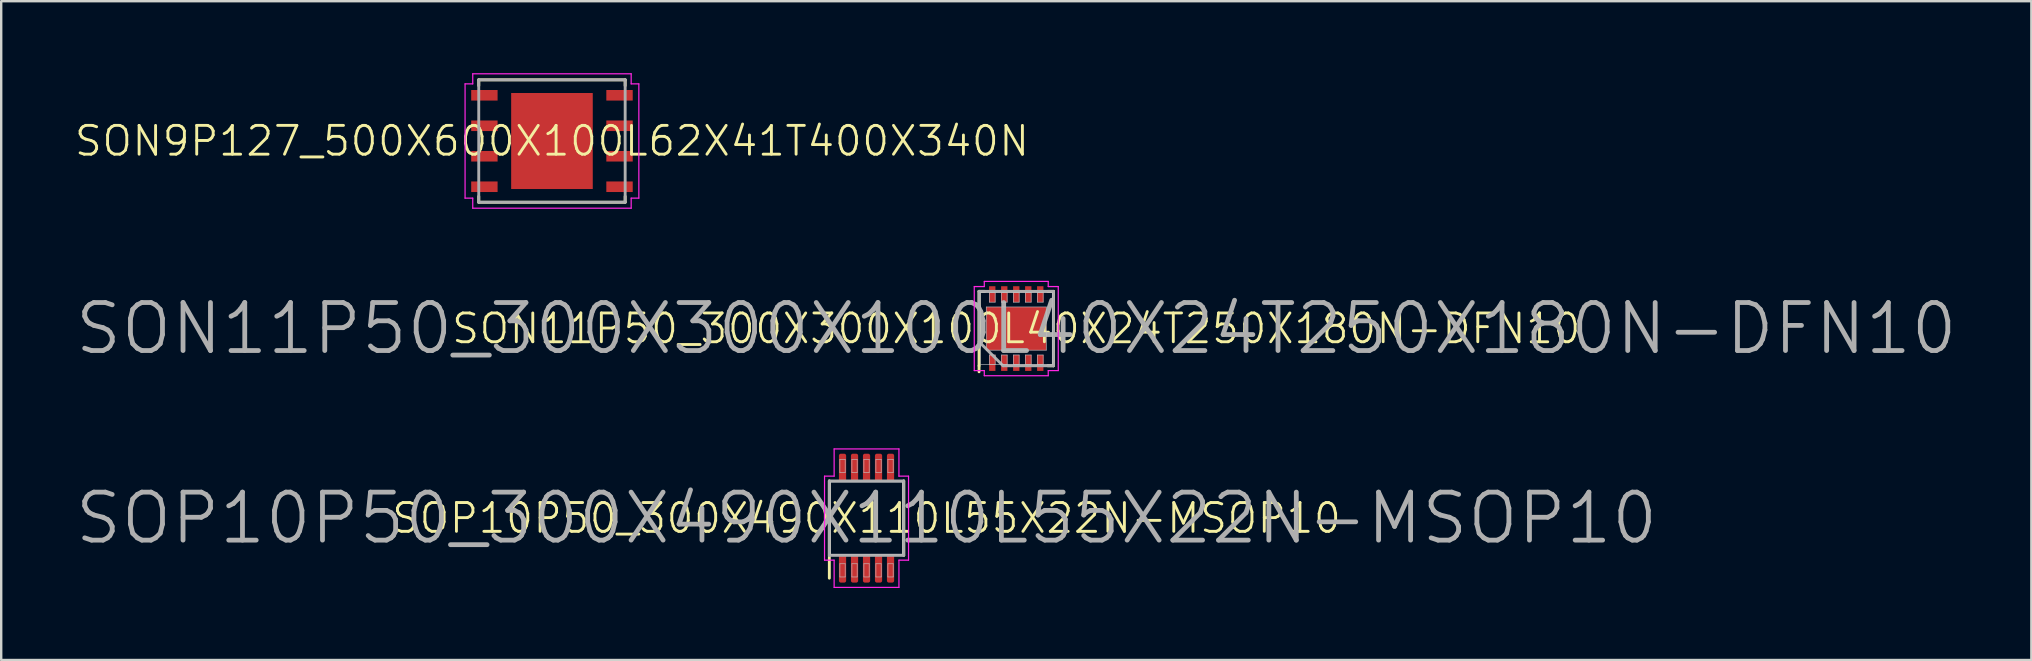
<source format=kicad_pcb>
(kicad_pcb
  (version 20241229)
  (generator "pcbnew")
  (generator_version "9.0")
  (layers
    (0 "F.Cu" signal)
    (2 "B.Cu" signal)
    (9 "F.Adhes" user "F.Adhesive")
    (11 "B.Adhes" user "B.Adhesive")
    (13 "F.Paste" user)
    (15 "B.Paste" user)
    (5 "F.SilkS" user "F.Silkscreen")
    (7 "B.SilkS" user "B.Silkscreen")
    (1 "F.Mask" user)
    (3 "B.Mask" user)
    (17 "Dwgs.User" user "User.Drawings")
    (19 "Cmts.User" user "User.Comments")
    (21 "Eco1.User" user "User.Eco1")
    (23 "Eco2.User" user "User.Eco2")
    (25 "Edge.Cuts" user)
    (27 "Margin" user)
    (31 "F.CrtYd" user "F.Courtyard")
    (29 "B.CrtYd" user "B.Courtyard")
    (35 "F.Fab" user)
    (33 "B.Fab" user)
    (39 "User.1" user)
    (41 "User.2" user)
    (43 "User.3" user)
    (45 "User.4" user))
  (footprint "SON9P127_500X600X100L62X41T400X340N"
    (layer "F.Cu")
    (at 19.946 2.825)
    (property "Reference" "SON9P127_500X600X100L62X41T400X340N" (at 0 0 0) (layer "F.SilkS") (effects (font (size 1.2 1.2) (thickness 0.12))))
    (attr smd)
    (fp_line (start -3.05 -2.55) (end 3.05 -2.55) (stroke (width 0.12) (type solid)) (layer "F.SilkS"))
    (fp_line (start -3.05 -2.305) (end -3.05 -2.55) (stroke (width 0.12) (type solid)) (layer "F.SilkS"))
    (fp_line (start -3.05 2.305) (end -3.05 2.55) (stroke (width 0.12) (type solid)) (layer "F.SilkS"))
    (fp_line (start -3.05 2.55) (end 3.05 2.55) (stroke (width 0.12) (type solid)) (layer "F.SilkS"))
    (fp_line (start 3.05 -2.55) (end 3.05 -2.305) (stroke (width 0.12) (type solid)) (layer "F.SilkS"))
    (fp_line (start 3.05 2.55) (end 3.05 2.305) (stroke (width 0.12) (type solid)) (layer "F.SilkS"))
    (fp_line (start -3.62 -2.38) (end -3.62 2.38) (stroke (width 0.05) (type solid)) (layer "F.CrtYd"))
    (fp_line (start -3.62 2.38) (end -3.3 2.38) (stroke (width 0.05) (type solid)) (layer "F.CrtYd"))
    (fp_line (start -3.3 -2.8) (end -3.3 -2.38) (stroke (width 0.05) (type solid)) (layer "F.CrtYd"))
    (fp_line (start -3.3 -2.38) (end -3.62 -2.38) (stroke (width 0.05) (type solid)) (layer "F.CrtYd"))
    (fp_line (start -3.3 2.38) (end -3.3 2.8) (stroke (width 0.05) (type solid)) (layer "F.CrtYd"))
    (fp_line (start -3.3 2.8) (end 3.3 2.8) (stroke (width 0.05) (type solid)) (layer "F.CrtYd"))
    (fp_line (start 3.3 -2.8) (end -3.3 -2.8) (stroke (width 0.05) (type solid)) (layer "F.CrtYd"))
    (fp_line (start 3.3 -2.38) (end 3.3 -2.8) (stroke (width 0.05) (type solid)) (layer "F.CrtYd"))
    (fp_line (start 3.3 2.38) (end 3.62 2.38) (stroke (width 0.05) (type solid)) (layer "F.CrtYd"))
    (fp_line (start 3.3 2.8) (end 3.3 2.38) (stroke (width 0.05) (type solid)) (layer "F.CrtYd"))
    (fp_line (start 3.62 -2.38) (end 3.3 -2.38) (stroke (width 0.05) (type solid)) (layer "F.CrtYd"))
    (fp_line (start 3.62 2.38) (end 3.62 -2.38) (stroke (width 0.05) (type solid)) (layer "F.CrtYd"))
    (fp_line (start -3.05 -2.55) (end 3.05 -2.55) (stroke (width 0.12) (type solid)) (layer "F.Fab"))
    (fp_line (start -3.05 2.55) (end -3.05 -2.55) (stroke (width 0.12) (type solid)) (layer "F.Fab"))
    (fp_line (start 3.05 -2.55) (end 3.05 2.55) (stroke (width 0.12) (type solid)) (layer "F.Fab"))
    (fp_line (start 3.05 2.55) (end -3.05 2.55) (stroke (width 0.12) (type solid)) (layer "F.Fab"))
    (pad "1" smd rect (at -2.815 -1.905) (size 1.1 0.44) (layers "F.Cu" "F.Mask" "F.Paste"))
    (pad "2" smd rect (at -2.815 -0.635) (size 1.1 0.44) (layers "F.Cu" "F.Mask" "F.Paste"))
    (pad "3" smd rect (at -2.815 0.635) (size 1.1 0.44) (layers "F.Cu" "F.Mask" "F.Paste"))
    (pad "4" smd rect (at -2.815 1.905) (size 1.1 0.44) (layers "F.Cu" "F.Mask" "F.Paste"))
    (pad "5" smd rect (at 2.815 1.905) (size 1.1 0.44) (layers "F.Cu" "F.Mask" "F.Paste"))
    (pad "6" smd rect (at 2.815 0.635) (size 1.1 0.44) (layers "F.Cu" "F.Mask" "F.Paste"))
    (pad "7" smd rect (at 2.815 -0.635) (size 1.1 0.44) (layers "F.Cu" "F.Mask" "F.Paste"))
    (pad "8" smd rect (at 2.815 -1.905) (size 1.1 0.44) (layers "F.Cu" "F.Mask" "F.Paste"))
    (pad "9" smd rect (at 0 0) (size 3.4 4) (layers "F.Cu" "F.Mask")))
  (footprint "SOP10P50_300X490X110L55X22N-MSOP10"
    (layer "F.Cu")
    (at 33.052 18.538)
    (property "Reference" "SOP10P50_300X490X110L55X22N-MSOP10" (at 0 0 0) (layer "F.SilkS") (effects (font (size 1.2 1.2) (thickness 0.12))))
    (attr smd)
    (fp_line (start -1.55 2.5) (end -1.55 -1.55) (stroke (width 0.12) (type solid)) (layer "F.SilkS"))
    (fp_line (start 1.55 1.55) (end 1.55 -1.55) (stroke (width 0.12) (type solid)) (layer "F.SilkS"))
    (fp_line (start -1.5 -1.5) (end 1.5 -1.5) (stroke (width 0.025) (type solid)) (layer "Dwgs.User"))
    (fp_line (start -1.5 1.5) (end -1.5 -1.5) (stroke (width 0.025) (type solid)) (layer "Dwgs.User"))
    (fp_line (start -1.11 -2.45) (end -0.89 -2.45) (stroke (width 0.025) (type solid)) (layer "Dwgs.User"))
    (fp_line (start -1.11 -1.9) (end -1.11 -2.45) (stroke (width 0.025) (type solid)) (layer "Dwgs.User"))
    (fp_line (start -1.11 1.9) (end -0.89 1.9) (stroke (width 0.025) (type solid)) (layer "Dwgs.User"))
    (fp_line (start -1.11 2.45) (end -1.11 1.9) (stroke (width 0.025) (type solid)) (layer "Dwgs.User"))
    (fp_line (start -0.89 -2.45) (end -0.89 -1.9) (stroke (width 0.025) (type solid)) (layer "Dwgs.User"))
    (fp_line (start -0.89 -1.9) (end -1.11 -1.9) (stroke (width 0.025) (type solid)) (layer "Dwgs.User"))
    (fp_line (start -0.89 1.9) (end -0.89 2.45) (stroke (width 0.025) (type solid)) (layer "Dwgs.User"))
    (fp_line (start -0.89 2.45) (end -1.11 2.45) (stroke (width 0.025) (type solid)) (layer "Dwgs.User"))
    (fp_line (start -0.61 -2.45) (end -0.39 -2.45) (stroke (width 0.025) (type solid)) (layer "Dwgs.User"))
    (fp_line (start -0.61 -1.9) (end -0.61 -2.45) (stroke (width 0.025) (type solid)) (layer "Dwgs.User"))
    (fp_line (start -0.61 1.9) (end -0.39 1.9) (stroke (width 0.025) (type solid)) (layer "Dwgs.User"))
    (fp_line (start -0.61 2.45) (end -0.61 1.9) (stroke (width 0.025) (type solid)) (layer "Dwgs.User"))
    (fp_line (start -0.39 -2.45) (end -0.39 -1.9) (stroke (width 0.025) (type solid)) (layer "Dwgs.User"))
    (fp_line (start -0.39 -1.9) (end -0.61 -1.9) (stroke (width 0.025) (type solid)) (layer "Dwgs.User"))
    (fp_line (start -0.39 1.9) (end -0.39 2.45) (stroke (width 0.025) (type solid)) (layer "Dwgs.User"))
    (fp_line (start -0.39 2.45) (end -0.61 2.45) (stroke (width 0.025) (type solid)) (layer "Dwgs.User"))
    (fp_line (start -0.11 -2.45) (end 0.11 -2.45) (stroke (width 0.025) (type solid)) (layer "Dwgs.User"))
    (fp_line (start -0.11 -1.9) (end -0.11 -2.45) (stroke (width 0.025) (type solid)) (layer "Dwgs.User"))
    (fp_line (start -0.11 1.9) (end 0.11 1.9) (stroke (width 0.025) (type solid)) (layer "Dwgs.User"))
    (fp_line (start -0.11 2.45) (end -0.11 1.9) (stroke (width 0.025) (type solid)) (layer "Dwgs.User"))
    (fp_line (start 0.11 -2.45) (end 0.11 -1.9) (stroke (width 0.025) (type solid)) (layer "Dwgs.User"))
    (fp_line (start 0.11 -1.9) (end -0.11 -1.9) (stroke (width 0.025) (type solid)) (layer "Dwgs.User"))
    (fp_line (start 0.11 1.9) (end 0.11 2.45) (stroke (width 0.025) (type solid)) (layer "Dwgs.User"))
    (fp_line (start 0.11 2.45) (end -0.11 2.45) (stroke (width 0.025) (type solid)) (layer "Dwgs.User"))
    (fp_line (start 0.39 -2.45) (end 0.61 -2.45) (stroke (width 0.025) (type solid)) (layer "Dwgs.User"))
    (fp_line (start 0.39 -1.9) (end 0.39 -2.45) (stroke (width 0.025) (type solid)) (layer "Dwgs.User"))
    (fp_line (start 0.39 1.9) (end 0.61 1.9) (stroke (width 0.025) (type solid)) (layer "Dwgs.User"))
    (fp_line (start 0.39 2.45) (end 0.39 1.9) (stroke (width 0.025) (type solid)) (layer "Dwgs.User"))
    (fp_line (start 0.61 -2.45) (end 0.61 -1.9) (stroke (width 0.025) (type solid)) (layer "Dwgs.User"))
    (fp_line (start 0.61 -1.9) (end 0.39 -1.9) (stroke (width 0.025) (type solid)) (layer "Dwgs.User"))
    (fp_line (start 0.61 1.9) (end 0.61 2.45) (stroke (width 0.025) (type solid)) (layer "Dwgs.User"))
    (fp_line (start 0.61 2.45) (end 0.39 2.45) (stroke (width 0.025) (type solid)) (layer "Dwgs.User"))
    (fp_line (start 0.89 -2.45) (end 1.11 -2.45) (stroke (width 0.025) (type solid)) (layer "Dwgs.User"))
    (fp_line (start 0.89 -1.9) (end 0.89 -2.45) (stroke (width 0.025) (type solid)) (layer "Dwgs.User"))
    (fp_line (start 0.89 1.9) (end 1.11 1.9) (stroke (width 0.025) (type solid)) (layer "Dwgs.User"))
    (fp_line (start 0.89 2.45) (end 0.89 1.9) (stroke (width 0.025) (type solid)) (layer "Dwgs.User"))
    (fp_line (start 1.11 -2.45) (end 1.11 -1.9) (stroke (width 0.025) (type solid)) (layer "Dwgs.User"))
    (fp_line (start 1.11 -1.9) (end 0.89 -1.9) (stroke (width 0.025) (type solid)) (layer "Dwgs.User"))
    (fp_line (start 1.11 1.9) (end 1.11 2.45) (stroke (width 0.025) (type solid)) (layer "Dwgs.User"))
    (fp_line (start 1.11 2.45) (end 0.89 2.45) (stroke (width 0.025) (type solid)) (layer "Dwgs.User"))
    (fp_line (start 1.5 -1.5) (end 1.5 1.5) (stroke (width 0.025) (type solid)) (layer "Dwgs.User"))
    (fp_line (start 1.5 1.5) (end -1.5 1.5) (stroke (width 0.025) (type solid)) (layer "Dwgs.User"))
    (fp_line (start -1.75 -1.75) (end -1.75 1.75) (stroke (width 0.05) (type solid)) (layer "F.CrtYd"))
    (fp_line (start -1.75 1.75) (end -1.35 1.75) (stroke (width 0.05) (type solid)) (layer "F.CrtYd"))
    (fp_line (start -1.35 -2.885) (end -1.35 -1.75) (stroke (width 0.05) (type solid)) (layer "F.CrtYd"))
    (fp_line (start -1.35 -1.75) (end -1.75 -1.75) (stroke (width 0.05) (type solid)) (layer "F.CrtYd"))
    (fp_line (start -1.35 1.75) (end -1.35 2.885) (stroke (width 0.05) (type solid)) (layer "F.CrtYd"))
    (fp_line (start -1.35 2.885) (end 1.35 2.885) (stroke (width 0.05) (type solid)) (layer "F.CrtYd"))
    (fp_line (start 1.35 -2.885) (end -1.35 -2.885) (stroke (width 0.05) (type solid)) (layer "F.CrtYd"))
    (fp_line (start 1.35 -1.75) (end 1.35 -2.885) (stroke (width 0.05) (type solid)) (layer "F.CrtYd"))
    (fp_line (start 1.35 1.75) (end 1.75 1.75) (stroke (width 0.05) (type solid)) (layer "F.CrtYd"))
    (fp_line (start 1.35 2.885) (end 1.35 1.75) (stroke (width 0.05) (type solid)) (layer "F.CrtYd"))
    (fp_line (start 1.75 -1.75) (end 1.35 -1.75) (stroke (width 0.05) (type solid)) (layer "F.CrtYd"))
    (fp_line (start 1.75 1.75) (end 1.75 -1.75) (stroke (width 0.05) (type solid)) (layer "F.CrtYd"))
    (fp_line (start -1.55 -1.55) (end 1.55 -1.55) (stroke (width 0.12) (type solid)) (layer "F.Fab"))
    (fp_line (start -1.55 1.55) (end -1.55 -1.55) (stroke (width 0.12) (type solid)) (layer "F.Fab"))
    (fp_line (start 1.55 -1.55) (end 1.55 1.55) (stroke (width 0.12) (type solid)) (layer "F.Fab"))
    (fp_line (start 1.55 1.55) (end -1.55 1.55) (stroke (width 0.12) (type solid)) (layer "F.Fab"))
    (fp_text user "${REFERENCE}" (at 0 0 0) (layer "F.Fab") (effects (font (size 2 2) (thickness 0.2))))
    (pad "1" smd roundrect (at -1 2.1 90) (size 1.17 0.3) (layers "F.Cu" "F.Mask" "F.Paste") (roundrect_rratio 0.267))
    (pad "2" smd roundrect (at -0.5 2.1 90) (size 1.17 0.3) (layers "F.Cu" "F.Mask" "F.Paste") (roundrect_rratio 0.267))
    (pad "3" smd roundrect (at 0 2.1 90) (size 1.17 0.3) (layers "F.Cu" "F.Mask" "F.Paste") (roundrect_rratio 0.267))
    (pad "4" smd roundrect (at 0.5 2.1 90) (size 1.17 0.3) (layers "F.Cu" "F.Mask" "F.Paste") (roundrect_rratio 0.267))
    (pad "5" smd roundrect (at 1 2.1 90) (size 1.17 0.3) (layers "F.Cu" "F.Mask" "F.Paste") (roundrect_rratio 0.267))
    (pad "6" smd roundrect (at 1 -2.1 90) (size 1.17 0.3) (layers "F.Cu" "F.Mask" "F.Paste") (roundrect_rratio 0.267))
    (pad "7" smd roundrect (at 0.5 -2.1 90) (size 1.17 0.3) (layers "F.Cu" "F.Mask" "F.Paste") (roundrect_rratio 0.267))
    (pad "8" smd roundrect (at 0 -2.1 90) (size 1.17 0.3) (layers "F.Cu" "F.Mask" "F.Paste") (roundrect_rratio 0.267))
    (pad "9" smd roundrect (at -0.5 -2.1 90) (size 1.17 0.3) (layers "F.Cu" "F.Mask" "F.Paste") (roundrect_rratio 0.267))
    (pad "10" smd roundrect (at -1 -2.1 90) (size 1.17 0.3) (layers "F.Cu" "F.Mask" "F.Paste") (roundrect_rratio 0.267)))
  (footprint "SON11P50_300X300X100L40X24T250X180N-DFN10"
    (layer "F.Cu")
    (at 39.29 10.639)
    (property "Reference" "SON11P50_300X300X100L40X24T250X180N-DFN10" (at 0 0 0) (layer "F.SilkS") (effects (font (size 1.2 1.2) (thickness 0.12))))
    (attr smd)
    (fp_line (start -1.55 -1.55) (end -1.312 -1.55) (stroke (width 0.12) (type solid)) (layer "F.SilkS"))
    (fp_line (start -1.55 1.55) (end -1.55 -1.55) (stroke (width 0.12) (type solid)) (layer "F.SilkS"))
    (fp_line (start -1.55 1.8) (end -1.55 1.55) (stroke (width 0.12) (type solid)) (layer "F.SilkS"))
    (fp_line (start 1.312 1.55) (end 1.55 1.55) (stroke (width 0.12) (type solid)) (layer "F.SilkS"))
    (fp_line (start 1.55 -1.55) (end 1.312 -1.55) (stroke (width 0.12) (type solid)) (layer "F.SilkS"))
    (fp_line (start 1.55 1.55) (end 1.55 -1.55) (stroke (width 0.12) (type solid)) (layer "F.SilkS"))
    (fp_line (start -1.5 -1.5) (end 1.5 -1.5) (stroke (width 0.025) (type solid)) (layer "Dwgs.User"))
    (fp_line (start -1.5 1.5) (end -1.5 -1.5) (stroke (width 0.025) (type solid)) (layer "Dwgs.User"))
    (fp_line (start -1.25 -0.9) (end 1.25 -0.9) (stroke (width 0.025) (type solid)) (layer "Dwgs.User"))
    (fp_line (start -1.25 0.9) (end -1.25 -0.9) (stroke (width 0.025) (type solid)) (layer "Dwgs.User"))
    (fp_line (start -1.12 -1.5) (end -0.88 -1.5) (stroke (width 0.025) (type solid)) (layer "Dwgs.User"))
    (fp_line (start -1.12 -1.1) (end -1.12 -1.5) (stroke (width 0.025) (type solid)) (layer "Dwgs.User"))
    (fp_line (start -1.12 1.1) (end -0.88 1.1) (stroke (width 0.025) (type solid)) (layer "Dwgs.User"))
    (fp_line (start -1.12 1.5) (end -1.12 1.1) (stroke (width 0.025) (type solid)) (layer "Dwgs.User"))
    (fp_line (start -0.88 -1.5) (end -0.88 -1.1) (stroke (width 0.025) (type solid)) (layer "Dwgs.User"))
    (fp_line (start -0.88 -1.1) (end -1.12 -1.1) (stroke (width 0.025) (type solid)) (layer "Dwgs.User"))
    (fp_line (start -0.88 1.1) (end -0.88 1.5) (stroke (width 0.025) (type solid)) (layer "Dwgs.User"))
    (fp_line (start -0.88 1.5) (end -1.12 1.5) (stroke (width 0.025) (type solid)) (layer "Dwgs.User"))
    (fp_line (start -0.62 -1.5) (end -0.38 -1.5) (stroke (width 0.025) (type solid)) (layer "Dwgs.User"))
    (fp_line (start -0.62 -1.1) (end -0.62 -1.5) (stroke (width 0.025) (type solid)) (layer "Dwgs.User"))
    (fp_line (start -0.62 1.1) (end -0.38 1.1) (stroke (width 0.025) (type solid)) (layer "Dwgs.User"))
    (fp_line (start -0.62 1.5) (end -0.62 1.1) (stroke (width 0.025) (type solid)) (layer "Dwgs.User"))
    (fp_line (start -0.38 -1.5) (end -0.38 -1.1) (stroke (width 0.025) (type solid)) (layer "Dwgs.User"))
    (fp_line (start -0.38 -1.1) (end -0.62 -1.1) (stroke (width 0.025) (type solid)) (layer "Dwgs.User"))
    (fp_line (start -0.38 1.1) (end -0.38 1.5) (stroke (width 0.025) (type solid)) (layer "Dwgs.User"))
    (fp_line (start -0.38 1.5) (end -0.62 1.5) (stroke (width 0.025) (type solid)) (layer "Dwgs.User"))
    (fp_line (start -0.12 -1.5) (end 0.12 -1.5) (stroke (width 0.025) (type solid)) (layer "Dwgs.User"))
    (fp_line (start -0.12 -1.1) (end -0.12 -1.5) (stroke (width 0.025) (type solid)) (layer "Dwgs.User"))
    (fp_line (start -0.12 1.1) (end 0.12 1.1) (stroke (width 0.025) (type solid)) (layer "Dwgs.User"))
    (fp_line (start -0.12 1.5) (end -0.12 1.1) (stroke (width 0.025) (type solid)) (layer "Dwgs.User"))
    (fp_line (start 0.12 -1.5) (end 0.12 -1.1) (stroke (width 0.025) (type solid)) (layer "Dwgs.User"))
    (fp_line (start 0.12 -1.1) (end -0.12 -1.1) (stroke (width 0.025) (type solid)) (layer "Dwgs.User"))
    (fp_line (start 0.12 1.1) (end 0.12 1.5) (stroke (width 0.025) (type solid)) (layer "Dwgs.User"))
    (fp_line (start 0.12 1.5) (end -0.12 1.5) (stroke (width 0.025) (type solid)) (layer "Dwgs.User"))
    (fp_line (start 0.38 -1.5) (end 0.62 -1.5) (stroke (width 0.025) (type solid)) (layer "Dwgs.User"))
    (fp_line (start 0.38 -1.1) (end 0.38 -1.5) (stroke (width 0.025) (type solid)) (layer "Dwgs.User"))
    (fp_line (start 0.38 1.1) (end 0.62 1.1) (stroke (width 0.025) (type solid)) (layer "Dwgs.User"))
    (fp_line (start 0.38 1.5) (end 0.38 1.1) (stroke (width 0.025) (type solid)) (layer "Dwgs.User"))
    (fp_line (start 0.62 -1.5) (end 0.62 -1.1) (stroke (width 0.025) (type solid)) (layer "Dwgs.User"))
    (fp_line (start 0.62 -1.1) (end 0.38 -1.1) (stroke (width 0.025) (type solid)) (layer "Dwgs.User"))
    (fp_line (start 0.62 1.1) (end 0.62 1.5) (stroke (width 0.025) (type solid)) (layer "Dwgs.User"))
    (fp_line (start 0.62 1.5) (end 0.38 1.5) (stroke (width 0.025) (type solid)) (layer "Dwgs.User"))
    (fp_line (start 0.88 -1.5) (end 1.12 -1.5) (stroke (width 0.025) (type solid)) (layer "Dwgs.User"))
    (fp_line (start 0.88 -1.1) (end 0.88 -1.5) (stroke (width 0.025) (type solid)) (layer "Dwgs.User"))
    (fp_line (start 0.88 1.1) (end 1.12 1.1) (stroke (width 0.025) (type solid)) (layer "Dwgs.User"))
    (fp_line (start 0.88 1.5) (end 0.88 1.1) (stroke (width 0.025) (type solid)) (layer "Dwgs.User"))
    (fp_line (start 1.12 -1.5) (end 1.12 -1.1) (stroke (width 0.025) (type solid)) (layer "Dwgs.User"))
    (fp_line (start 1.12 -1.1) (end 0.88 -1.1) (stroke (width 0.025) (type solid)) (layer "Dwgs.User"))
    (fp_line (start 1.12 1.1) (end 1.12 1.5) (stroke (width 0.025) (type solid)) (layer "Dwgs.User"))
    (fp_line (start 1.12 1.5) (end 0.88 1.5) (stroke (width 0.025) (type solid)) (layer "Dwgs.User"))
    (fp_line (start 1.25 -0.9) (end 1.25 0.9) (stroke (width 0.025) (type solid)) (layer "Dwgs.User"))
    (fp_line (start 1.25 0.9) (end -1.25 0.9) (stroke (width 0.025) (type solid)) (layer "Dwgs.User"))
    (fp_line (start 1.5 -1.5) (end 1.5 1.5) (stroke (width 0.025) (type solid)) (layer "Dwgs.User"))
    (fp_line (start 1.5 1.5) (end -1.5 1.5) (stroke (width 0.025) (type solid)) (layer "Dwgs.User"))
    (fp_line (start -1.75 -1.75) (end -1.75 1.75) (stroke (width 0.05) (type solid)) (layer "F.CrtYd"))
    (fp_line (start -1.75 1.75) (end -1.332 1.75) (stroke (width 0.05) (type solid)) (layer "F.CrtYd"))
    (fp_line (start -1.332 -1.964) (end -1.332 -1.75) (stroke (width 0.05) (type solid)) (layer "F.CrtYd"))
    (fp_line (start -1.332 -1.75) (end -1.75 -1.75) (stroke (width 0.05) (type solid)) (layer "F.CrtYd"))
    (fp_line (start -1.332 1.75) (end -1.332 1.964) (stroke (width 0.05) (type solid)) (layer "F.CrtYd"))
    (fp_line (start -1.332 1.964) (end 1.332 1.964) (stroke (width 0.05) (type solid)) (layer "F.CrtYd"))
    (fp_line (start 1.332 -1.964) (end -1.332 -1.964) (stroke (width 0.05) (type solid)) (layer "F.CrtYd"))
    (fp_line (start 1.332 -1.75) (end 1.332 -1.964) (stroke (width 0.05) (type solid)) (layer "F.CrtYd"))
    (fp_line (start 1.332 1.75) (end 1.75 1.75) (stroke (width 0.05) (type solid)) (layer "F.CrtYd"))
    (fp_line (start 1.332 1.964) (end 1.332 1.75) (stroke (width 0.05) (type solid)) (layer "F.CrtYd"))
    (fp_line (start 1.75 -1.75) (end 1.332 -1.75) (stroke (width 0.05) (type solid)) (layer "F.CrtYd"))
    (fp_line (start 1.75 1.75) (end 1.75 -1.75) (stroke (width 0.05) (type solid)) (layer "F.CrtYd"))
    (fp_line (start -1.55 -1.55) (end 1.55 -1.55) (stroke (width 0.12) (type solid)) (layer "F.Fab"))
    (fp_line (start -1.55 0.55) (end -1.55 -1.55) (stroke (width 0.12) (type solid)) (layer "F.Fab"))
    (fp_line (start -0.55 1.55) (end -1.55 0.55) (stroke (width 0.12) (type solid)) (layer "F.Fab"))
    (fp_line (start 1.55 -1.55) (end 1.55 1.55) (stroke (width 0.12) (type solid)) (layer "F.Fab"))
    (fp_line (start 1.55 1.55) (end -0.55 1.55) (stroke (width 0.12) (type solid)) (layer "F.Fab"))
    (fp_text user "${REFERENCE}" (at 0 0 0) (layer "F.Fab") (effects (font (size 2 2) (thickness 0.2))))
    (pad "" smd roundrect (at -0.625 -0.45 90) (size 0.636 0.986) (layers "F.Paste") (roundrect_rratio 0.25))
    (pad "" smd roundrect (at -0.625 0.45 90) (size 0.636 0.986) (layers "F.Paste") (roundrect_rratio 0.25))
    (pad "" smd roundrect (at 0.625 -0.45 90) (size 0.636 0.986) (layers "F.Paste") (roundrect_rratio 0.25))
    (pad "" smd roundrect (at 0.625 0.45 90) (size 0.636 0.986) (layers "F.Paste") (roundrect_rratio 0.25))
    (pad "1" smd rect (at -1 1.432 90) (size 0.665 0.264) (layers "F.Cu" "F.Mask" "F.Paste"))
    (pad "2" smd rect (at -0.5 1.432 90) (size 0.665 0.264) (layers "F.Cu" "F.Mask" "F.Paste"))
    (pad "3" smd rect (at 0 1.432 90) (size 0.665 0.264) (layers "F.Cu" "F.Mask" "F.Paste"))
    (pad "4" smd rect (at 0.5 1.432 90) (size 0.665 0.264) (layers "F.Cu" "F.Mask" "F.Paste"))
    (pad "5" smd rect (at 1 1.432 90) (size 0.665 0.264) (layers "F.Cu" "F.Mask" "F.Paste"))
    (pad "6" smd rect (at 1 -1.432 90) (size 0.665 0.264) (layers "F.Cu" "F.Mask" "F.Paste"))
    (pad "7" smd rect (at 0.5 -1.432 90) (size 0.665 0.264) (layers "F.Cu" "F.Mask" "F.Paste"))
    (pad "8" smd rect (at 0 -1.432 90) (size 0.665 0.264) (layers "F.Cu" "F.Mask" "F.Paste"))
    (pad "9" smd rect (at -0.5 -1.432 90) (size 0.665 0.264) (layers "F.Cu" "F.Mask" "F.Paste"))
    (pad "10" smd rect (at -1 -1.432 90) (size 0.665 0.264) (layers "F.Cu" "F.Mask" "F.Paste"))
    (pad "11" smd rect (at 0 0 90) (size 1.8 2.5) (layers "F.Cu" "F.Mask")))
  (gr_rect
    (start -3 -3)
    (end 81.581 24.448)
    (stroke (width 0.1) (type default))
    (fill no)
    (layer "Edge.Cuts")))
</source>
